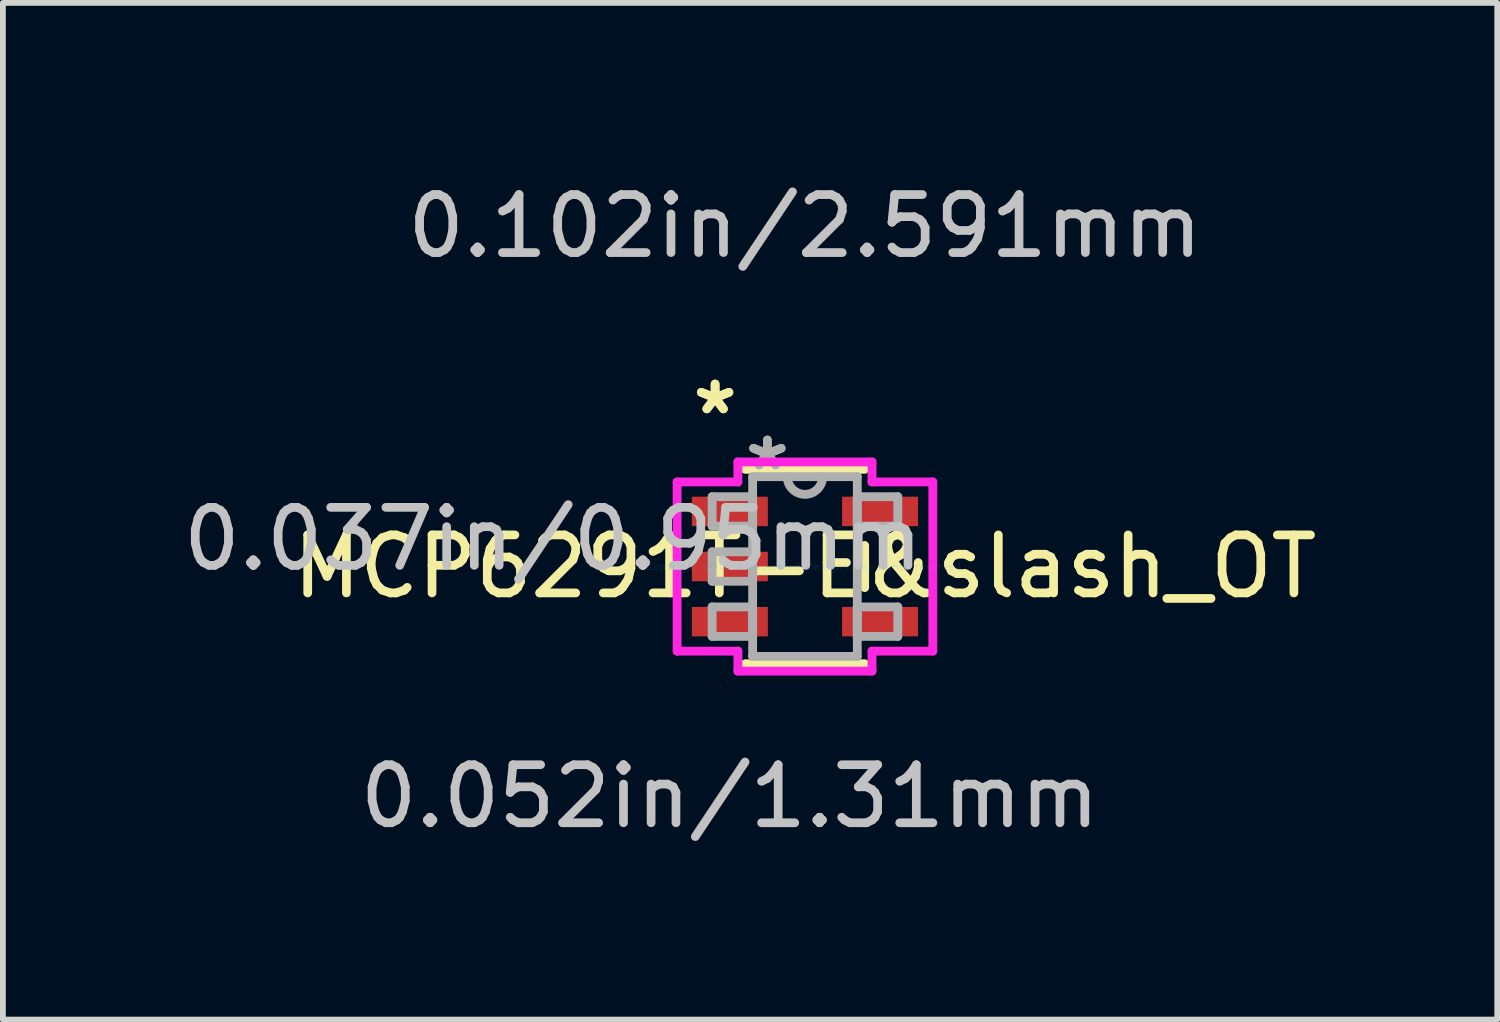
<source format=kicad_pcb>
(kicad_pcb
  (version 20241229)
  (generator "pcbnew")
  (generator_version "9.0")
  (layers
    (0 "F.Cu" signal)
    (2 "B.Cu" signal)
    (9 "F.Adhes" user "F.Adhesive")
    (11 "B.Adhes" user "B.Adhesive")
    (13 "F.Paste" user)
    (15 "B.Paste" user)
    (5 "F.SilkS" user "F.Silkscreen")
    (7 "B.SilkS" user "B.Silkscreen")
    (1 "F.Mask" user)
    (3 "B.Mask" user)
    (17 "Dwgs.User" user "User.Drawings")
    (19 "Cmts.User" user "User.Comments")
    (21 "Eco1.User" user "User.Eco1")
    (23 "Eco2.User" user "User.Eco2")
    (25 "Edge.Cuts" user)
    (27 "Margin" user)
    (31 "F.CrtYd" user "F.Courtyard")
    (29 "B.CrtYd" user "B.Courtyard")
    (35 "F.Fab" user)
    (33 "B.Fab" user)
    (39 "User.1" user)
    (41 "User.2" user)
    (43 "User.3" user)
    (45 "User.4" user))
  (footprint "MCP6291T-E&slash_OT"
    (layer "F.Cu")
    (at 10.826 6.716)
    (property "Reference" "MCP6291T-E&slash_OT" (at 0 0 0) (layer "F.SilkS") (effects (font (size 1 1) (thickness 0.15))))
    (attr through_hole)
    (fp_line (start -1.029 1.676) (end 1.029 1.676) (stroke (width 0.152) (type solid)) (layer "F.SilkS"))
    (fp_line (start 1.029 -1.676) (end -1.029 -1.676) (stroke (width 0.152) (type solid)) (layer "F.SilkS"))
    (fp_line (start 1.029 0.363) (end 1.029 -0.363) (stroke (width 0.152) (type solid)) (layer "F.SilkS"))
    (fp_line (start -2.204 -1.458) (end -1.156 -1.458) (stroke (width 0.152) (type solid)) (layer "F.CrtYd"))
    (fp_line (start -2.204 1.458) (end -2.204 -1.458) (stroke (width 0.152) (type solid)) (layer "F.CrtYd"))
    (fp_line (start -1.156 -1.803) (end 1.156 -1.803) (stroke (width 0.152) (type solid)) (layer "F.CrtYd"))
    (fp_line (start -1.156 -1.458) (end -1.156 -1.803) (stroke (width 0.152) (type solid)) (layer "F.CrtYd"))
    (fp_line (start -1.156 1.458) (end -2.204 1.458) (stroke (width 0.152) (type solid)) (layer "F.CrtYd"))
    (fp_line (start -1.156 1.803) (end -1.156 1.458) (stroke (width 0.152) (type solid)) (layer "F.CrtYd"))
    (fp_line (start 1.156 -1.803) (end 1.156 -1.458) (stroke (width 0.152) (type solid)) (layer "F.CrtYd"))
    (fp_line (start 1.156 -1.458) (end 2.204 -1.458) (stroke (width 0.152) (type solid)) (layer "F.CrtYd"))
    (fp_line (start 1.156 1.458) (end 1.156 1.803) (stroke (width 0.152) (type solid)) (layer "F.CrtYd"))
    (fp_line (start 1.156 1.803) (end -1.156 1.803) (stroke (width 0.152) (type solid)) (layer "F.CrtYd"))
    (fp_line (start 2.204 -1.458) (end 2.204 1.458) (stroke (width 0.152) (type solid)) (layer "F.CrtYd"))
    (fp_line (start 2.204 1.458) (end 1.156 1.458) (stroke (width 0.152) (type solid)) (layer "F.CrtYd"))
    (fp_line (start -1.6 -1.204) (end -1.6 -0.696) (stroke (width 0.152) (type solid)) (layer "F.Fab"))
    (fp_line (start -1.6 -0.696) (end -0.902 -0.696) (stroke (width 0.152) (type solid)) (layer "F.Fab"))
    (fp_line (start -1.6 -0.254) (end -1.6 0.254) (stroke (width 0.152) (type solid)) (layer "F.Fab"))
    (fp_line (start -1.6 0.254) (end -0.902 0.254) (stroke (width 0.152) (type solid)) (layer "F.Fab"))
    (fp_line (start -1.6 0.696) (end -1.6 1.204) (stroke (width 0.152) (type solid)) (layer "F.Fab"))
    (fp_line (start -1.6 1.204) (end -0.902 1.204) (stroke (width 0.152) (type solid)) (layer "F.Fab"))
    (fp_line (start -0.902 -1.549) (end -0.902 1.549) (stroke (width 0.152) (type solid)) (layer "F.Fab"))
    (fp_line (start -0.902 -1.204) (end -1.6 -1.204) (stroke (width 0.152) (type solid)) (layer "F.Fab"))
    (fp_line (start -0.902 -0.696) (end -0.902 -1.204) (stroke (width 0.152) (type solid)) (layer "F.Fab"))
    (fp_line (start -0.902 -0.254) (end -1.6 -0.254) (stroke (width 0.152) (type solid)) (layer "F.Fab"))
    (fp_line (start -0.902 0.254) (end -0.902 -0.254) (stroke (width 0.152) (type solid)) (layer "F.Fab"))
    (fp_line (start -0.902 0.696) (end -1.6 0.696) (stroke (width 0.152) (type solid)) (layer "F.Fab"))
    (fp_line (start -0.902 1.204) (end -0.902 0.696) (stroke (width 0.152) (type solid)) (layer "F.Fab"))
    (fp_line (start -0.902 1.549) (end 0.902 1.549) (stroke (width 0.152) (type solid)) (layer "F.Fab"))
    (fp_line (start 0.902 -1.549) (end -0.902 -1.549) (stroke (width 0.152) (type solid)) (layer "F.Fab"))
    (fp_line (start 0.902 -1.204) (end 0.902 -0.696) (stroke (width 0.152) (type solid)) (layer "F.Fab"))
    (fp_line (start 0.902 -0.696) (end 1.6 -0.696) (stroke (width 0.152) (type solid)) (layer "F.Fab"))
    (fp_line (start 0.902 0.696) (end 0.902 1.204) (stroke (width 0.152) (type solid)) (layer "F.Fab"))
    (fp_line (start 0.902 1.204) (end 1.6 1.204) (stroke (width 0.152) (type solid)) (layer "F.Fab"))
    (fp_line (start 0.902 1.549) (end 0.902 -1.549) (stroke (width 0.152) (type solid)) (layer "F.Fab"))
    (fp_line (start 1.6 -1.204) (end 0.902 -1.204) (stroke (width 0.152) (type solid)) (layer "F.Fab"))
    (fp_line (start 1.6 -0.696) (end 1.6 -1.204) (stroke (width 0.152) (type solid)) (layer "F.Fab"))
    (fp_line (start 1.6 0.696) (end 0.902 0.696) (stroke (width 0.152) (type solid)) (layer "F.Fab"))
    (fp_line (start 1.6 1.204) (end 1.6 0.696) (stroke (width 0.152) (type solid)) (layer "F.Fab"))
    (fp_arc (start 0.3048 -1.5494) (mid 0 -1.2446) (end -0.3048 -1.5494) (stroke (width 0.1524) (type solid)) (layer "F.Fab"))
    (fp_text user "*" (at -1.549 -2.601 0) (layer "F.SilkS") (effects (font (size 1 1) (thickness 0.15))))
    (fp_text user "*" (at -1.549 -2.601 0) (layer "F.SilkS") (effects (font (size 1 1) (thickness 0.15))))
    (fp_text user "0.037in/0.95mm" (at -4.343 -0.475 0) (layer "Dwgs.User") (effects (font (size 1 1) (thickness 0.15))))
    (fp_text user "0.102in/2.591mm" (at 0 -5.867 0) (layer "Dwgs.User") (effects (font (size 1 1) (thickness 0.15))))
    (fp_text user "0.052in/1.31mm" (at -1.295 3.962 0) (layer "Dwgs.User") (effects (font (size 1 1) (thickness 0.15))))
    (fp_text user "Copyright 2016 Accelerated Designs. All rights reserved." (at 0 0 0) (layer "Cmts.User") (effects (font (size 0.127 0.127) (thickness 0.002))))
    (fp_text user "*" (at -0.648 -1.636 0) (layer "F.Fab") (effects (font (size 1 1) (thickness 0.15))))
    (fp_text user "*" (at -0.648 -1.636 0) (layer "F.Fab") (effects (font (size 1 1) (thickness 0.15))))
    (pad "1" smd rect (at -1.295 -0.95) (size 1.31 0.508) (layers "F.Cu" "F.Mask" "F.Paste"))
    (pad "2" smd rect (at -1.295 0) (size 1.31 0.508) (layers "F.Cu" "F.Mask" "F.Paste"))
    (pad "3" smd rect (at -1.295 0.95) (size 1.31 0.508) (layers "F.Cu" "F.Mask" "F.Paste"))
    (pad "4" smd rect (at 1.295 0.95) (size 1.31 0.508) (layers "F.Cu" "F.Mask" "F.Paste"))
    (pad "5" smd rect (at 1.295 -0.95) (size 1.31 0.508) (layers "F.Cu" "F.Mask" "F.Paste")))
  (gr_rect
    (start -3 -3)
    (end 22.76 14.526)
    (stroke (width 0.1) (type default))
    (fill no)
    (layer "Edge.Cuts")))
</source>
